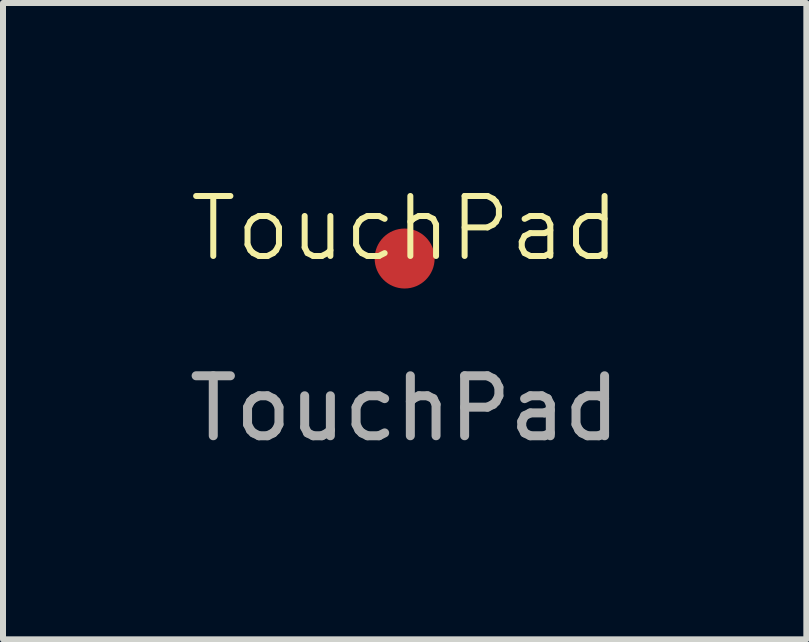
<source format=kicad_pcb>
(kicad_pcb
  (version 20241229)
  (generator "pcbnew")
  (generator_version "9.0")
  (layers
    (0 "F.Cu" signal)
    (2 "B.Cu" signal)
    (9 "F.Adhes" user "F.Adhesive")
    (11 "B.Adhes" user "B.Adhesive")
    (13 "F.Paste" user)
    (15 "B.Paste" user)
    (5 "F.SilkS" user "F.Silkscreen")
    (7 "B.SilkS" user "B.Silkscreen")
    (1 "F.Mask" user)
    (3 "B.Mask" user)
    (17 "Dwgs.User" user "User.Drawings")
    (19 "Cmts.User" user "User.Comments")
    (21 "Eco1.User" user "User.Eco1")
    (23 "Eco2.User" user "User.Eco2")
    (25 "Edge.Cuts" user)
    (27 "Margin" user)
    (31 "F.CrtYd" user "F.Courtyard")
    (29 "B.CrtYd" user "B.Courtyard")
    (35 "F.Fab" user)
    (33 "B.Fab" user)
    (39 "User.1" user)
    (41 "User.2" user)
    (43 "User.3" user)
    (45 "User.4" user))
  (footprint "TouchPad"
    (layer "F.Cu")
    (at 3.696 1.26)
    (property "Reference" "TouchPad" (at 0 -0.5 0) (unlocked yes) (layer "F.SilkS") (effects (font (size 1 1) (thickness 0.1))))
    (attr smd)
    (fp_text user "${REFERENCE}" (at 0 2.5 0) (unlocked yes) (layer "F.Fab") (effects (font (size 1 1) (thickness 0.15))))
    (pad "1" smd circle (at 0 0) (size 1 1) (layers "F.Cu")))
  (gr_rect
    (start -3 -3)
    (end 10.393 7.609)
    (stroke (width 0.1) (type default))
    (fill no)
    (layer "Edge.Cuts")))
</source>
